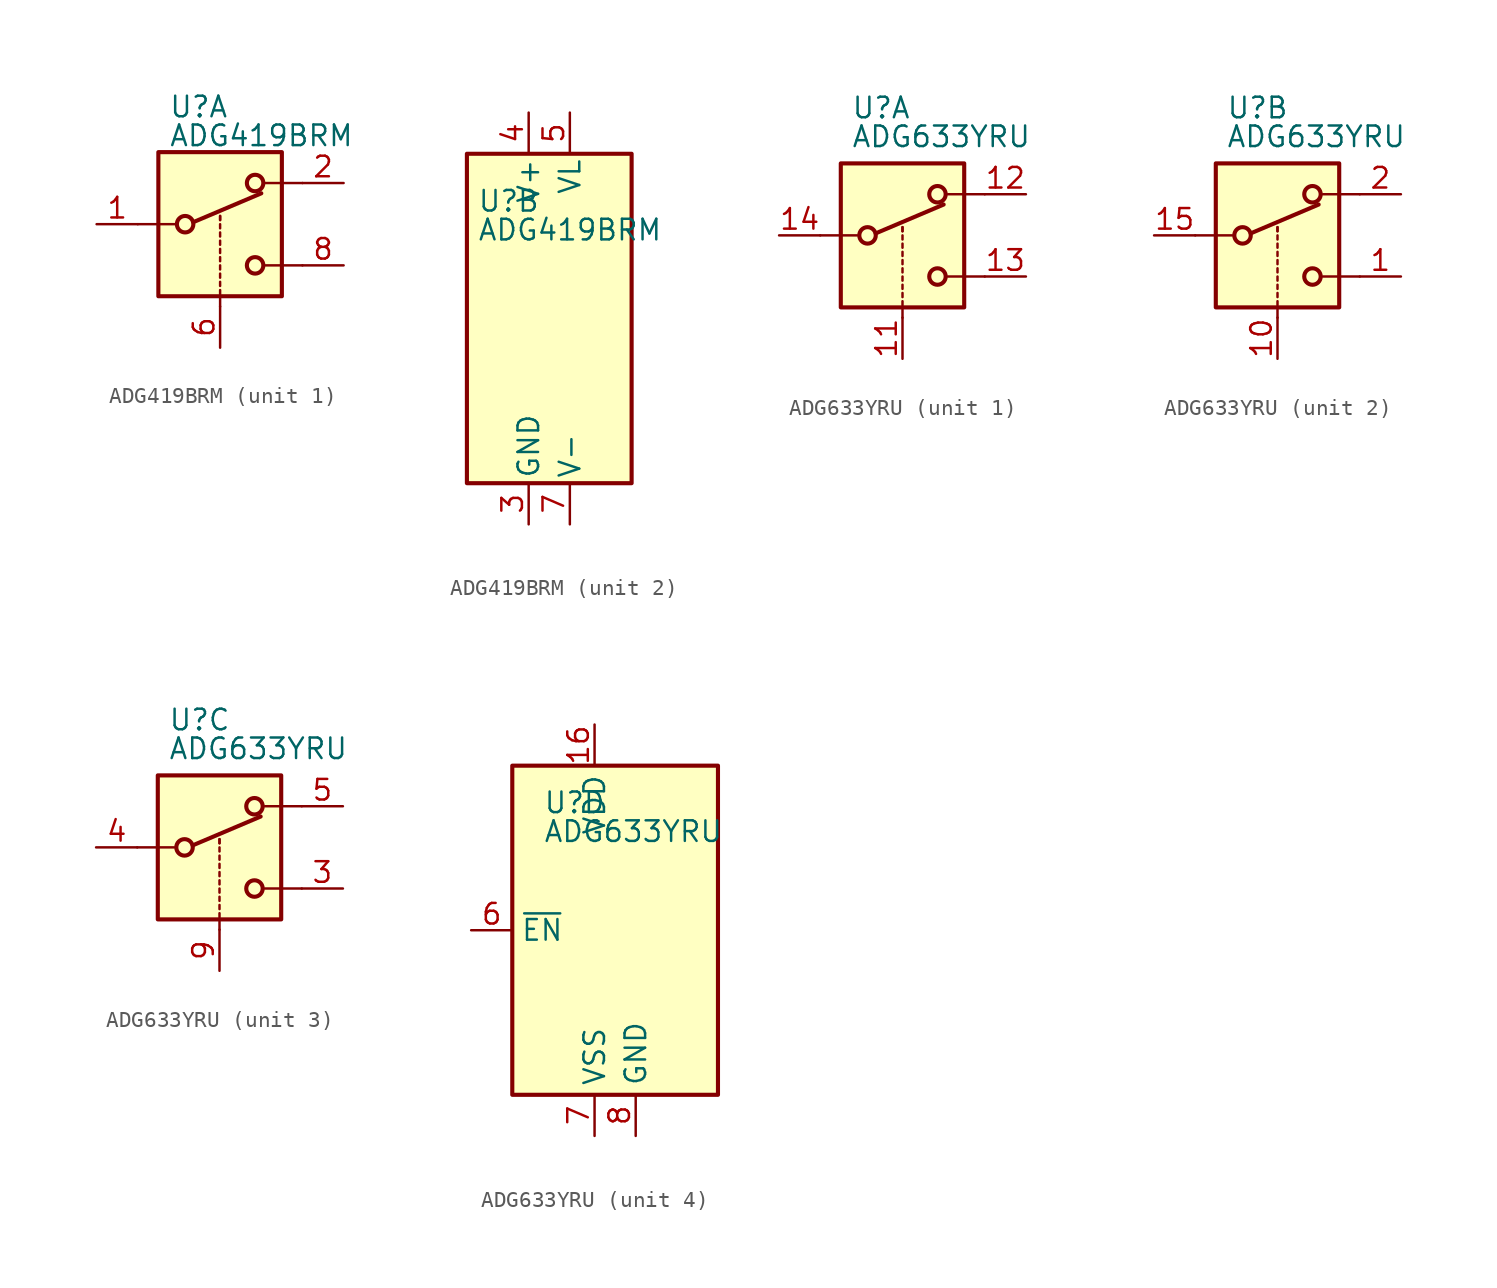
<source format=kicad_sym>
(kicad_symbol_lib
  (version 20241209)
  (generator "kicad_symbol_editor")
  (generator_version "9.0")
  (symbol "ADG419BRM"
    (pin_names
      (offset 0.254))
    (property "Reference" "U"
      (at -3.175 7.239 0)
      (effects (font (size 1.27 1.27)) (justify left)))
    (property "Value" "ADG419BRM"
      (at -3.175 5.461 0)
      (effects (font (size 1.27 1.27)) (justify left)))
    (symbol "ADG419BRM_1_1"
      (polyline (pts (xy -5.08 0) (xy -2.794 0)) (stroke (width 0) (type default)) (fill (type none)))
      (rectangle (start -3.81 4.445) (end 3.81 -4.445) (stroke (width 0.254) (type default)) (fill (type background)))
      (circle (center -2.159 0) (radius 0.508) (stroke (width 0.254) (type default)) (fill (type none)))
      (polyline (pts (xy -1.651 0.127) (xy 2.54 1.905)) (stroke (width 0.254) (type default)) (fill (type none)))
      (polyline (pts (xy 0 0.254) (xy 0 0.508)) (stroke (width 0) (type default)) (fill (type none)))
      (polyline (pts (xy 0 0.254) (xy 0 0.508)) (stroke (width 0) (type default)) (fill (type none)))
      (polyline (pts (xy 0 -0.254) (xy 0 0)) (stroke (width 0) (type default)) (fill (type none)))
      (polyline (pts (xy 0 -0.762) (xy 0 -0.508)) (stroke (width 0) (type default)) (fill (type none)))
      (polyline (pts (xy 0 -1.27) (xy 0 -1.016)) (stroke (width 0) (type default)) (fill (type none)))
      (polyline (pts (xy 0 -1.778) (xy 0 -1.524)) (stroke (width 0) (type default)) (fill (type none)))
      (polyline (pts (xy 0 -2.286) (xy 0 -2.032)) (stroke (width 0) (type default)) (fill (type none)))
      (polyline (pts (xy 0 -2.794) (xy 0 -2.54)) (stroke (width 0) (type default)) (fill (type none)))
      (polyline (pts (xy 0 -3.302) (xy 0 -3.048)) (stroke (width 0) (type default)) (fill (type none)))
      (polyline (pts (xy 0 -3.81) (xy 0 -3.556)) (stroke (width 0) (type default)) (fill (type none)))
      (polyline (pts (xy 0 -4.318) (xy 0 -4.064)) (stroke (width 0) (type default)) (fill (type none)))
      (polyline (pts (xy 0 -5.08) (xy 0 -4.572)) (stroke (width 0) (type default)) (fill (type none)))
      (circle (center 2.159 2.54) (radius 0.508) (stroke (width 0.254) (type default)) (fill (type none)))
      (circle (center 2.159 -2.54) (radius 0.508) (stroke (width 0.254) (type default)) (fill (type none)))
      (polyline (pts (xy 5.08 2.54) (xy 2.794 2.54)) (stroke (width 0) (type default)) (fill (type none)))
      (polyline (pts (xy 5.08 -2.54) (xy 2.794 -2.54)) (stroke (width 0) (type default)) (fill (type none)))
      (pin passive line (at -7.62 0 0) (length 2.54) (name "~" (effects (font (size 1.27 1.27)))) (number "1" (effects (font (size 1.27 1.27)))))
      (pin input line (at 0 -7.62 90) (length 2.54) (name "~" (effects (font (size 1.27 1.27)))) (number "6" (effects (font (size 1.27 1.27)))))
      (pin passive line (at 7.62 2.54 180) (length 2.54) (name "~" (effects (font (size 1.27 1.27)))) (number "2" (effects (font (size 1.27 1.27)))))
      (pin passive line (at 7.62 -2.54 180) (length 2.54) (name "~" (effects (font (size 1.27 1.27)))) (number "8" (effects (font (size 1.27 1.27))))))
    (symbol "ADG419BRM_2_0"
      (pin power_in line (at 0 12.7 270) (length 2.54) (name "V+" (effects (font (size 1.27 1.27)))) (number "4" (effects (font (size 1.27 1.27)))))
      (pin power_in line (at 0 -12.7 90) (length 2.54) (name "GND" (effects (font (size 1.27 1.27)))) (number "3" (effects (font (size 1.27 1.27)))))
      (pin power_in line (at 2.54 12.7 270) (length 2.54) (name "VL" (effects (font (size 1.27 1.27)))) (number "5" (effects (font (size 1.27 1.27)))))
      (pin power_in line (at 2.54 -12.7 90) (length 2.54) (name "V-" (effects (font (size 1.27 1.27)))) (number "7" (effects (font (size 1.27 1.27))))))
    (symbol "ADG419BRM_2_1"
      (rectangle (start -3.81 10.16) (end 6.35 -10.16) (stroke (width 0.254) (type default)) (fill (type background)))))
  (symbol "ADG633YRU"
    (property "Reference" "U"
      (at -3.175 7.874 0)
      (effects (font (size 1.27 1.27)) (justify left)))
    (property "Value" "ADG633YRU"
      (at -3.175 6.096 0)
      (effects (font (size 1.27 1.27)) (justify left)))
    (symbol "ADG633YRU_1_1"
      (polyline (pts (xy -5.08 0) (xy -2.794 0)) (stroke (width 0) (type default)) (fill (type none)))
      (rectangle (start -3.81 4.445) (end 3.81 -4.445) (stroke (width 0.254) (type default)) (fill (type background)))
      (circle (center -2.159 0) (radius 0.508) (stroke (width 0.254) (type default)) (fill (type none)))
      (polyline (pts (xy -1.651 0.127) (xy 2.54 1.905)) (stroke (width 0.254) (type default)) (fill (type none)))
      (polyline (pts (xy 0 0.254) (xy 0 0.508)) (stroke (width 0) (type default)) (fill (type none)))
      (polyline (pts (xy 0 0.254) (xy 0 0.508)) (stroke (width 0) (type default)) (fill (type none)))
      (polyline (pts (xy 0 -0.254) (xy 0 0)) (stroke (width 0) (type default)) (fill (type none)))
      (polyline (pts (xy 0 -0.762) (xy 0 -0.508)) (stroke (width 0) (type default)) (fill (type none)))
      (polyline (pts (xy 0 -1.27) (xy 0 -1.016)) (stroke (width 0) (type default)) (fill (type none)))
      (polyline (pts (xy 0 -1.778) (xy 0 -1.524)) (stroke (width 0) (type default)) (fill (type none)))
      (polyline (pts (xy 0 -2.286) (xy 0 -2.032)) (stroke (width 0) (type default)) (fill (type none)))
      (polyline (pts (xy 0 -2.794) (xy 0 -2.54)) (stroke (width 0) (type default)) (fill (type none)))
      (polyline (pts (xy 0 -3.302) (xy 0 -3.048)) (stroke (width 0) (type default)) (fill (type none)))
      (polyline (pts (xy 0 -3.81) (xy 0 -3.556)) (stroke (width 0) (type default)) (fill (type none)))
      (polyline (pts (xy 0 -4.318) (xy 0 -4.064)) (stroke (width 0) (type default)) (fill (type none)))
      (polyline (pts (xy 0 -5.08) (xy 0 -4.572)) (stroke (width 0) (type default)) (fill (type none)))
      (circle (center 2.159 2.54) (radius 0.508) (stroke (width 0.254) (type default)) (fill (type none)))
      (circle (center 2.159 -2.54) (radius 0.508) (stroke (width 0.254) (type default)) (fill (type none)))
      (polyline (pts (xy 5.08 2.54) (xy 2.794 2.54)) (stroke (width 0) (type default)) (fill (type none)))
      (polyline (pts (xy 5.08 -2.54) (xy 2.794 -2.54)) (stroke (width 0) (type default)) (fill (type none)))
      (pin passive line (at -7.62 0 0) (length 2.54) (name "~" (effects (font (size 1.27 1.27)))) (number "14" (effects (font (size 1.27 1.27)))))
      (pin input line (at 0 -7.62 90) (length 2.54) (name "~" (effects (font (size 1.27 1.27)))) (number "11" (effects (font (size 1.27 1.27)))))
      (pin passive line (at 7.62 2.54 180) (length 2.54) (name "~" (effects (font (size 1.27 1.27)))) (number "12" (effects (font (size 1.27 1.27)))))
      (pin passive line (at 7.62 -2.54 180) (length 2.54) (name "~" (effects (font (size 1.27 1.27)))) (number "13" (effects (font (size 1.27 1.27))))))
    (symbol "ADG633YRU_2_1"
      (polyline (pts (xy -5.08 0) (xy -2.794 0)) (stroke (width 0) (type default)) (fill (type none)))
      (rectangle (start -3.81 4.445) (end 3.81 -4.445) (stroke (width 0.254) (type default)) (fill (type background)))
      (circle (center -2.159 0) (radius 0.508) (stroke (width 0.254) (type default)) (fill (type none)))
      (polyline (pts (xy -1.651 0.127) (xy 2.54 1.905)) (stroke (width 0.254) (type default)) (fill (type none)))
      (polyline (pts (xy 0 0.254) (xy 0 0.508)) (stroke (width 0) (type default)) (fill (type none)))
      (polyline (pts (xy 0 0.254) (xy 0 0.508)) (stroke (width 0) (type default)) (fill (type none)))
      (polyline (pts (xy 0 -0.254) (xy 0 0)) (stroke (width 0) (type default)) (fill (type none)))
      (polyline (pts (xy 0 -0.762) (xy 0 -0.508)) (stroke (width 0) (type default)) (fill (type none)))
      (polyline (pts (xy 0 -1.27) (xy 0 -1.016)) (stroke (width 0) (type default)) (fill (type none)))
      (polyline (pts (xy 0 -1.778) (xy 0 -1.524)) (stroke (width 0) (type default)) (fill (type none)))
      (polyline (pts (xy 0 -2.286) (xy 0 -2.032)) (stroke (width 0) (type default)) (fill (type none)))
      (polyline (pts (xy 0 -2.794) (xy 0 -2.54)) (stroke (width 0) (type default)) (fill (type none)))
      (polyline (pts (xy 0 -3.302) (xy 0 -3.048)) (stroke (width 0) (type default)) (fill (type none)))
      (polyline (pts (xy 0 -3.81) (xy 0 -3.556)) (stroke (width 0) (type default)) (fill (type none)))
      (polyline (pts (xy 0 -4.318) (xy 0 -4.064)) (stroke (width 0) (type default)) (fill (type none)))
      (polyline (pts (xy 0 -5.08) (xy 0 -4.572)) (stroke (width 0) (type default)) (fill (type none)))
      (circle (center 2.159 2.54) (radius 0.508) (stroke (width 0.254) (type default)) (fill (type none)))
      (circle (center 2.159 -2.54) (radius 0.508) (stroke (width 0.254) (type default)) (fill (type none)))
      (polyline (pts (xy 5.08 2.54) (xy 2.794 2.54)) (stroke (width 0) (type default)) (fill (type none)))
      (polyline (pts (xy 5.08 -2.54) (xy 2.794 -2.54)) (stroke (width 0) (type default)) (fill (type none)))
      (pin passive line (at -7.62 0 0) (length 2.54) (name "~" (effects (font (size 1.27 1.27)))) (number "15" (effects (font (size 1.27 1.27)))))
      (pin input line (at 0 -7.62 90) (length 2.54) (name "~" (effects (font (size 1.27 1.27)))) (number "10" (effects (font (size 1.27 1.27)))))
      (pin passive line (at 7.62 2.54 180) (length 2.54) (name "~" (effects (font (size 1.27 1.27)))) (number "2" (effects (font (size 1.27 1.27)))))
      (pin passive line (at 7.62 -2.54 180) (length 2.54) (name "~" (effects (font (size 1.27 1.27)))) (number "1" (effects (font (size 1.27 1.27))))))
    (symbol "ADG633YRU_3_1"
      (polyline (pts (xy -5.08 0) (xy -2.794 0)) (stroke (width 0) (type default)) (fill (type none)))
      (rectangle (start -3.81 4.445) (end 3.81 -4.445) (stroke (width 0.254) (type default)) (fill (type background)))
      (circle (center -2.159 0) (radius 0.508) (stroke (width 0.254) (type default)) (fill (type none)))
      (polyline (pts (xy -1.651 0.127) (xy 2.54 1.905)) (stroke (width 0.254) (type default)) (fill (type none)))
      (polyline (pts (xy 0 0.254) (xy 0 0.508)) (stroke (width 0) (type default)) (fill (type none)))
      (polyline (pts (xy 0 0.254) (xy 0 0.508)) (stroke (width 0) (type default)) (fill (type none)))
      (polyline (pts (xy 0 -0.254) (xy 0 0)) (stroke (width 0) (type default)) (fill (type none)))
      (polyline (pts (xy 0 -0.762) (xy 0 -0.508)) (stroke (width 0) (type default)) (fill (type none)))
      (polyline (pts (xy 0 -1.27) (xy 0 -1.016)) (stroke (width 0) (type default)) (fill (type none)))
      (polyline (pts (xy 0 -1.778) (xy 0 -1.524)) (stroke (width 0) (type default)) (fill (type none)))
      (polyline (pts (xy 0 -2.286) (xy 0 -2.032)) (stroke (width 0) (type default)) (fill (type none)))
      (polyline (pts (xy 0 -2.794) (xy 0 -2.54)) (stroke (width 0) (type default)) (fill (type none)))
      (polyline (pts (xy 0 -3.302) (xy 0 -3.048)) (stroke (width 0) (type default)) (fill (type none)))
      (polyline (pts (xy 0 -3.81) (xy 0 -3.556)) (stroke (width 0) (type default)) (fill (type none)))
      (polyline (pts (xy 0 -4.318) (xy 0 -4.064)) (stroke (width 0) (type default)) (fill (type none)))
      (polyline (pts (xy 0 -5.08) (xy 0 -4.572)) (stroke (width 0) (type default)) (fill (type none)))
      (circle (center 2.159 2.54) (radius 0.508) (stroke (width 0.254) (type default)) (fill (type none)))
      (circle (center 2.159 -2.54) (radius 0.508) (stroke (width 0.254) (type default)) (fill (type none)))
      (polyline (pts (xy 5.08 2.54) (xy 2.794 2.54)) (stroke (width 0) (type default)) (fill (type none)))
      (polyline (pts (xy 5.08 -2.54) (xy 2.794 -2.54)) (stroke (width 0) (type default)) (fill (type none)))
      (pin passive line (at -7.62 0 0) (length 2.54) (name "~" (effects (font (size 1.27 1.27)))) (number "4" (effects (font (size 1.27 1.27)))))
      (pin input line (at 0 -7.62 90) (length 2.54) (name "~" (effects (font (size 1.27 1.27)))) (number "9" (effects (font (size 1.27 1.27)))))
      (pin passive line (at 7.62 2.54 180) (length 2.54) (name "~" (effects (font (size 1.27 1.27)))) (number "5" (effects (font (size 1.27 1.27)))))
      (pin passive line (at 7.62 -2.54 180) (length 2.54) (name "~" (effects (font (size 1.27 1.27)))) (number "3" (effects (font (size 1.27 1.27))))))
    (symbol "ADG633YRU_4_0"
      (pin input line (at -7.62 0 0) (length 2.54) (name "~{EN}" (effects (font (size 1.27 1.27)))) (number "6" (effects (font (size 1.27 1.27)))))
      (pin power_in line (at 0 12.7 270) (length 2.54) (name "VDD" (effects (font (size 1.27 1.27)))) (number "16" (effects (font (size 1.27 1.27)))))
      (pin power_in line (at 0 -12.7 90) (length 2.54) (name "VSS" (effects (font (size 1.27 1.27)))) (number "7" (effects (font (size 1.27 1.27)))))
      (pin power_in line (at 2.54 -12.7 90) (length 2.54) (name "GND" (effects (font (size 1.27 1.27)))) (number "8" (effects (font (size 1.27 1.27))))))
    (symbol "ADG633YRU_4_1"
      (rectangle (start -5.08 10.16) (end 7.62 -10.16) (stroke (width 0.254) (type default)) (fill (type background))))))
</source>
